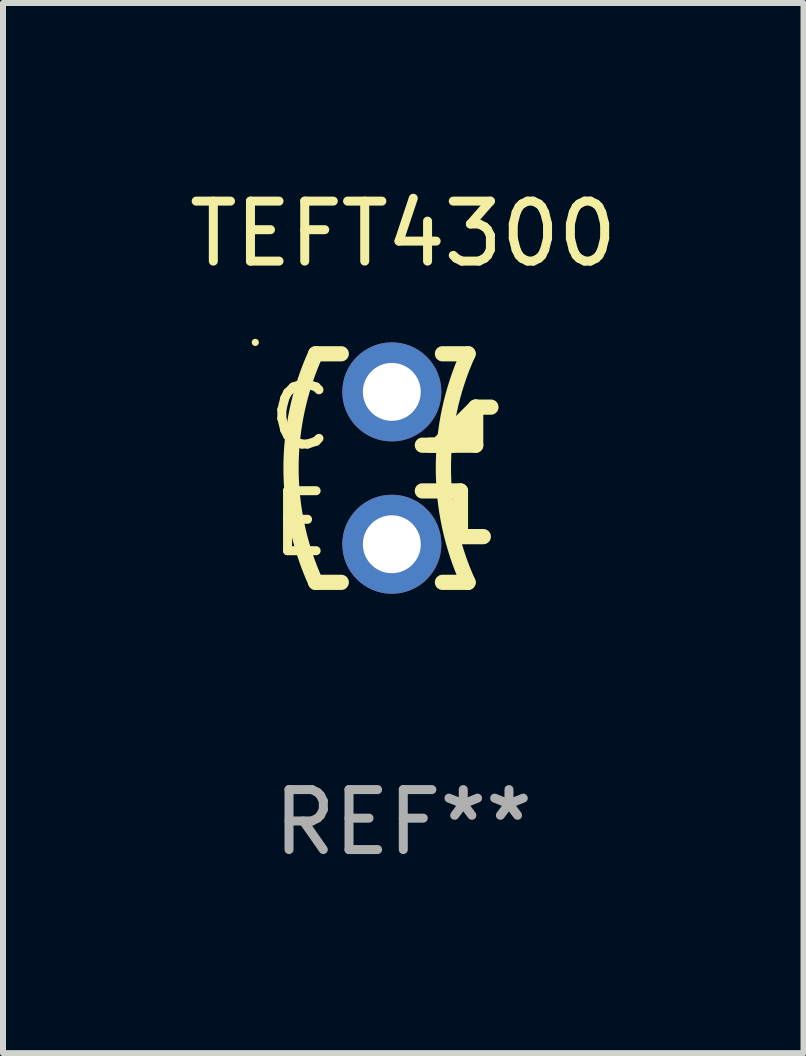
<source format=kicad_pcb>
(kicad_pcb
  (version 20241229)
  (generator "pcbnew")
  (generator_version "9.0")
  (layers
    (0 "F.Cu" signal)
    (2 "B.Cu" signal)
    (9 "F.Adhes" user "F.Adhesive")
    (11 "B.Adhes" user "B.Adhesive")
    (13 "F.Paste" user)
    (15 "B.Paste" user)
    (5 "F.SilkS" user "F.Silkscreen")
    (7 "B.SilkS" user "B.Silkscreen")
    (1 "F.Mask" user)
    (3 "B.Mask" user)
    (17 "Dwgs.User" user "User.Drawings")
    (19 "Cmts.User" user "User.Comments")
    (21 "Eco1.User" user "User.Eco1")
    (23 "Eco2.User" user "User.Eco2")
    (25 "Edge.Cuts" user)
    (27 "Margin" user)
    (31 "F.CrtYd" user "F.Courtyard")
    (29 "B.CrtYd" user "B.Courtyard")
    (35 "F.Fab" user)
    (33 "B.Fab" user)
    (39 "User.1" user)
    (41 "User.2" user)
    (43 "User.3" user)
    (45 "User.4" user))
  (footprint "TEFT4300"
    (layer "F.Cu")
    (at 3.673 4.753)
    (property "Reference" "TEFT4300" (at 0 -3.905 0) (layer "F.SilkS") (effects (font (size 1 1) (thickness 0.15))))
    (attr through_hole)
    (fp_line (start -1.461 -1.905) (end -1.034 -1.905) (stroke (width 0.254) (type solid)) (layer "F.SilkS"))
    (fp_line (start -1.461 1.905) (end -1.034 1.905) (stroke (width 0.254) (type solid)) (layer "F.SilkS"))
    (fp_line (start 0.318 -0.381) (end 0.572 -0.381) (stroke (width 0.254) (type solid)) (layer "F.SilkS"))
    (fp_line (start 0.318 0.381) (end 0.953 0.381) (stroke (width 0.254) (type solid)) (layer "F.SilkS"))
    (fp_line (start 0.445 -0.381) (end 1.207 -0.381) (stroke (width 0.254) (type solid)) (layer "F.SilkS"))
    (fp_line (start 0.572 -0.381) (end 1.207 -1.016) (stroke (width 0.254) (type solid)) (layer "F.SilkS"))
    (fp_line (start 0.653 -1.905) (end 1.08 -1.905) (stroke (width 0.254) (type solid)) (layer "F.SilkS"))
    (fp_line (start 0.653 1.905) (end 1.08 1.905) (stroke (width 0.254) (type solid)) (layer "F.SilkS"))
    (fp_line (start 0.826 -0.381) (end 1.08 -0.635) (stroke (width 0.254) (type solid)) (layer "F.SilkS"))
    (fp_line (start 0.953 0.381) (end 0.953 1.143) (stroke (width 0.254) (type solid)) (layer "F.SilkS"))
    (fp_line (start 0.953 1.143) (end 1.334 1.143) (stroke (width 0.254) (type solid)) (layer "F.SilkS"))
    (fp_line (start 1.207 -1.016) (end 1.461 -1.016) (stroke (width 0.254) (type solid)) (layer "F.SilkS"))
    (fp_line (start 1.207 -0.381) (end 1.207 -1.016) (stroke (width 0.254) (type solid)) (layer "F.SilkS"))
    (fp_arc (start -1.460503 1.905004) (mid -1.871387 0) (end -1.460503 -1.905004) (stroke (width 0.254001) (type solid)) (layer "F.SilkS"))
    (fp_arc (start 1.079502 1.905004) (mid 0.668618 0) (end 1.079502 -1.905004) (stroke (width 0.254001) (type solid)) (layer "F.SilkS"))
    (fp_circle (center -2.467 -2.095) (end -2.437 -2.095) (stroke (width 0.06) (type solid)) (fill no) (layer "F.SilkS"))
    (fp_text user "E" (at -1.715 0.923 0) (layer "F.SilkS") (effects (font (size 1 1) (thickness 0.15))))
    (fp_text user "C" (at -1.715 -0.855 0) (layer "F.SilkS") (effects (font (size 1 1) (thickness 0.15))))
    (fp_text user "REF**" (at 0 5.905 0) (layer "F.Fab") (effects (font (size 1 1) (thickness 0.15))))
    (pad "1" thru_hole circle (at -0.191 -1.27) (size 1.651 1.651) (drill 0.965) (layers "*.Cu" "*.Mask"))
    (pad "2" thru_hole circle (at -0.191 1.27) (size 1.651 1.651) (drill 0.965) (layers "*.Cu" "*.Mask")))
  (gr_rect
    (start -3 -3)
    (end 10.345 14.507)
    (stroke (width 0.1) (type default))
    (fill no)
    (layer "Edge.Cuts")))
</source>
